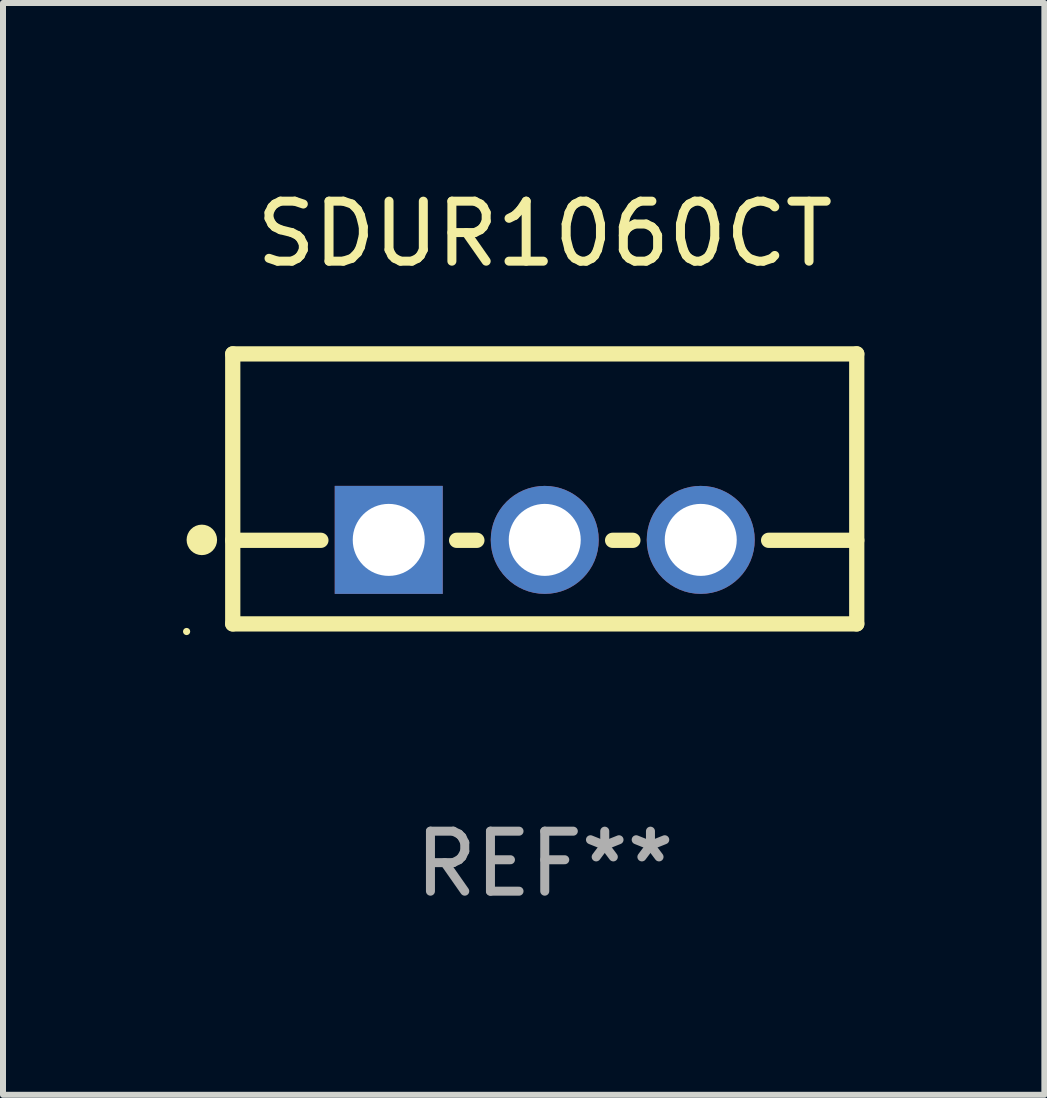
<source format=kicad_pcb>
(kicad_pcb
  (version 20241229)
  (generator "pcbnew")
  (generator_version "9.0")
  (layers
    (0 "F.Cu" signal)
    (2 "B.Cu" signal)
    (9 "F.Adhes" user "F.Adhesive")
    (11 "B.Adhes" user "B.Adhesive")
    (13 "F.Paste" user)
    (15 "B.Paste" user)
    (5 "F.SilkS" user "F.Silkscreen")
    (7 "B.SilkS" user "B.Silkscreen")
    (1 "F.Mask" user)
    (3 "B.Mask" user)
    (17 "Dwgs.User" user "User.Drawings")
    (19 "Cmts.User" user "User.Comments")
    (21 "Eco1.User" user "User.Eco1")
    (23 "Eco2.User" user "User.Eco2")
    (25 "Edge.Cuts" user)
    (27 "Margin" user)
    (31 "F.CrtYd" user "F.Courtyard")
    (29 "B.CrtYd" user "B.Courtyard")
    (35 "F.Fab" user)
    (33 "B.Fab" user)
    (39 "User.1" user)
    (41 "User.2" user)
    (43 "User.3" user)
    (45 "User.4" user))
  (footprint "SDUR1060CT"
    (layer "F.Cu")
    (at 6.029 5.098)
    (property "Reference" "SDUR1060CT" (at 0 -4.25 0) (layer "F.SilkS") (effects (font (size 1 1) (thickness 0.15))))
    (attr through_hole)
    (fp_line (start -5.2 -2.25) (end -5.2 2.25) (stroke (width 0.254) (type solid)) (layer "F.SilkS"))
    (fp_line (start -5.2 -2.25) (end 5.2 -2.25) (stroke (width 0.254) (type solid)) (layer "F.SilkS"))
    (fp_line (start -5.2 0.857) (end -3.731 0.857) (stroke (width 0.254) (type solid)) (layer "F.SilkS"))
    (fp_line (start -5.2 2.25) (end 5.2 2.25) (stroke (width 0.254) (type solid)) (layer "F.SilkS"))
    (fp_line (start -1.469 0.857) (end -1.131 0.857) (stroke (width 0.254) (type solid)) (layer "F.SilkS"))
    (fp_line (start 1.131 0.857) (end 1.469 0.857) (stroke (width 0.254) (type solid)) (layer "F.SilkS"))
    (fp_line (start 3.731 0.857) (end 5.2 0.857) (stroke (width 0.254) (type solid)) (layer "F.SilkS"))
    (fp_line (start 5.2 -2.25) (end 5.2 2.25) (stroke (width 0.254) (type solid)) (layer "F.SilkS"))
    (fp_circle (center -5.969 2.377) (end -5.939 2.377) (stroke (width 0.06) (type solid)) (fill no) (layer "F.SilkS"))
    (fp_circle (center -5.715 0.85) (end -5.588 0.85) (stroke (width 0.254) (type solid)) (fill no) (layer "F.SilkS"))
    (fp_text user "REF**" (at 0 6.25 0) (layer "F.Fab") (effects (font (size 1 1) (thickness 0.15))))
    (pad "1" thru_hole rect (at -2.6 0.85) (size 1.8 1.8) (drill 1.2) (layers "*.Cu" "*.Mask"))
    (pad "2" thru_hole circle (at 0 0.85) (size 1.8 1.8) (drill 1.2) (layers "*.Cu" "*.Mask"))
    (pad "3" thru_hole circle (at 2.6 0.85) (size 1.8 1.8) (drill 1.2) (layers "*.Cu" "*.Mask")))
  (gr_rect
    (start -3 -3)
    (end 14.356 15.197)
    (stroke (width 0.1) (type default))
    (fill no)
    (layer "Edge.Cuts")))
</source>
